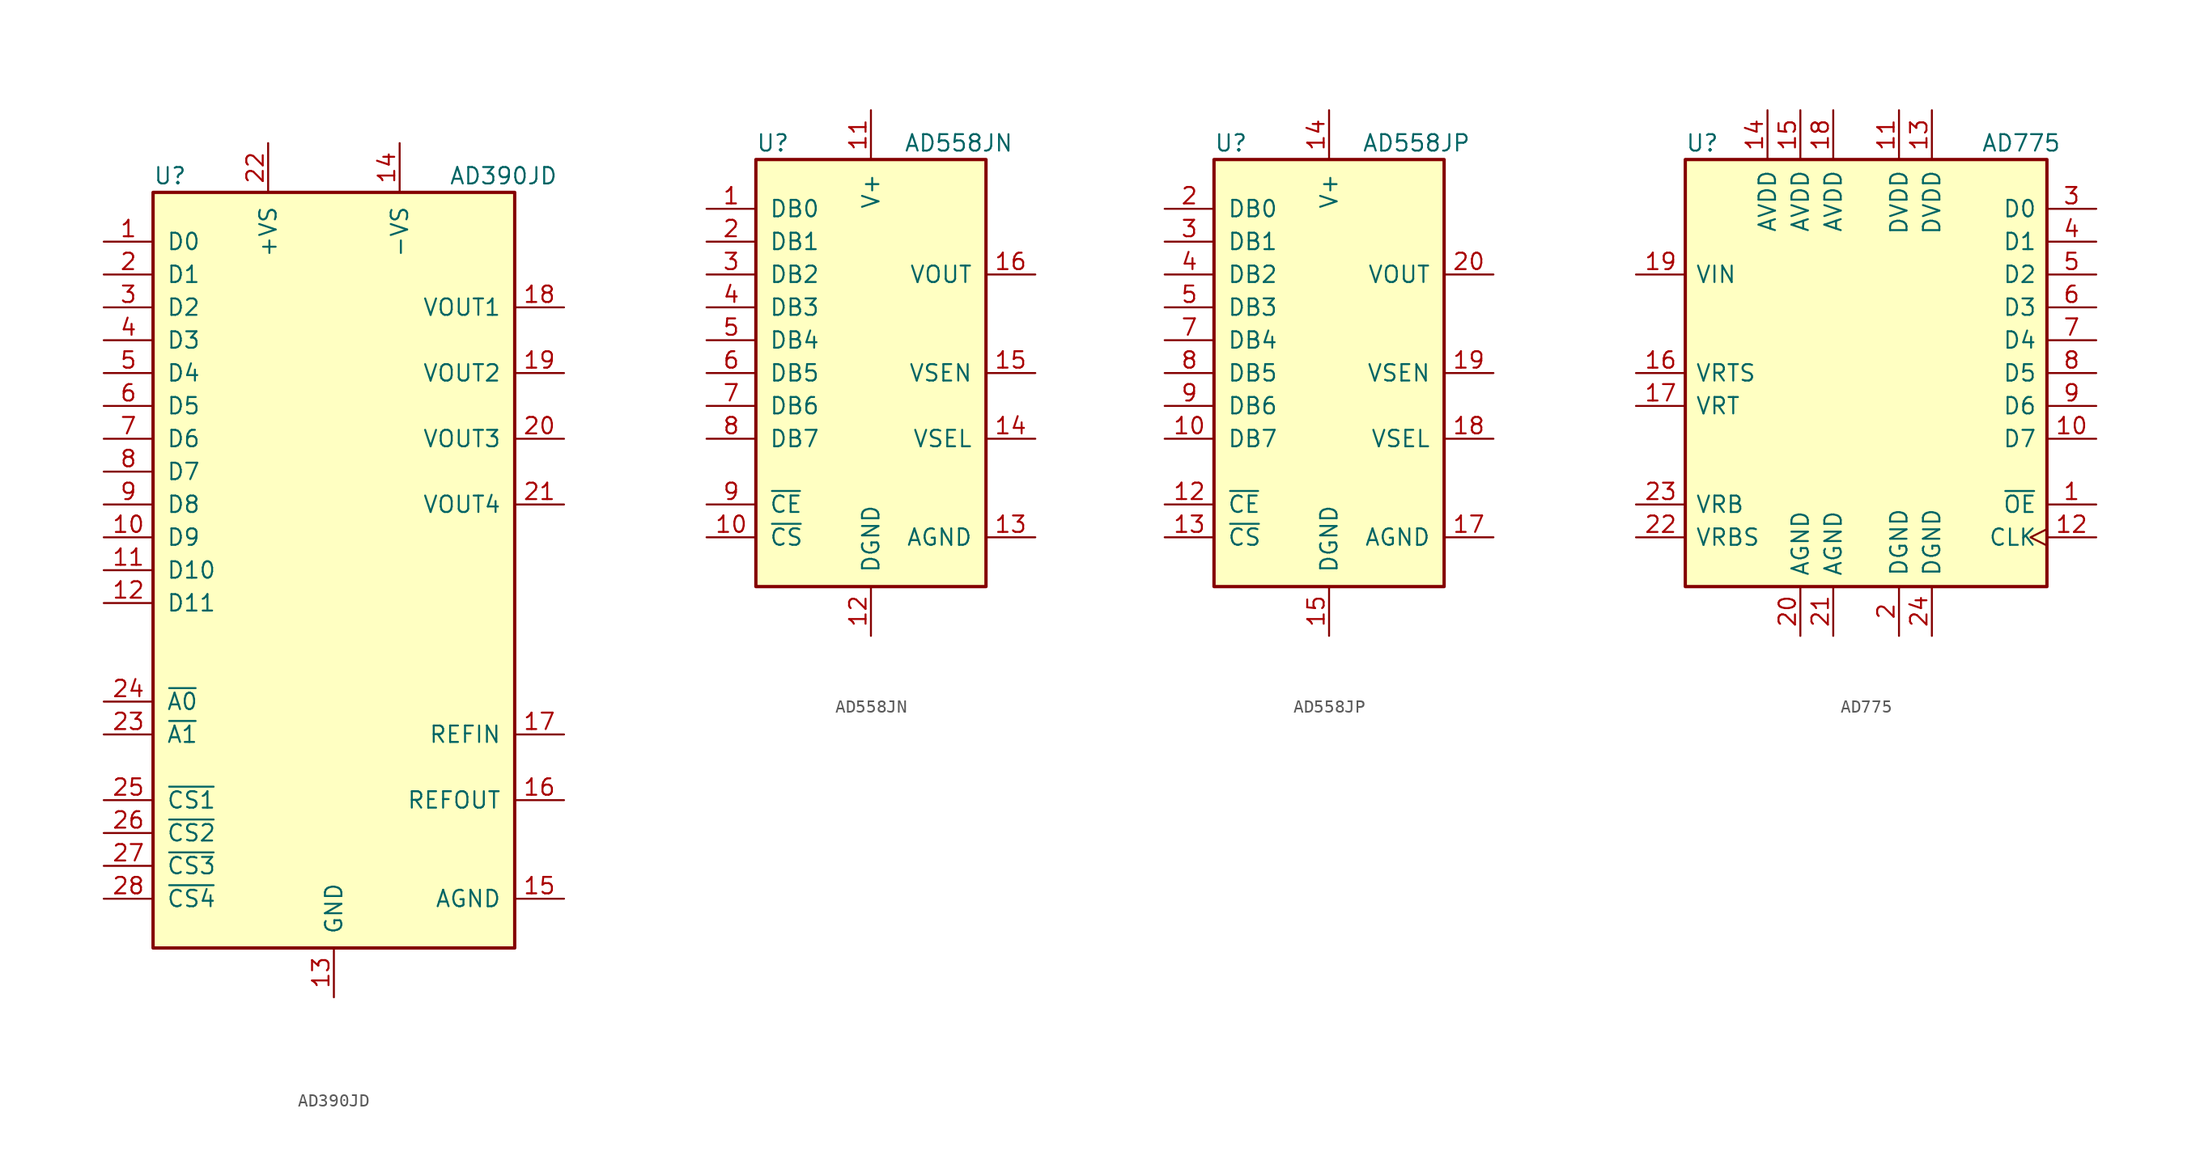
<source format=kicad_sym>
(kicad_symbol_lib
  (version 20201005)
  (generator kicad_symbol_editor)
  (symbol "Analog_DAC:AD390JD"
    (pin_names
      (offset 1.016))
    (property "Reference" "U"
      (at -13.97 30.48 0)
      (effects (font (size 1.27 1.27)) (justify left)))
    (property "Value" "AD390JD"
      (at 8.89 30.48 0)
      (effects (font (size 1.27 1.27)) (justify left)))
    (symbol "AD390JD_0_1"
      (rectangle (start -13.97 -29.21) (end 13.97 29.21) (stroke (width 0.254)) (fill (type background))))
    (symbol "AD390JD_1_1"
      (pin input line (at -17.78 25.4 0) (length 3.81) (name "D0" (effects (font (size 1.27 1.27)))) (number "1" (effects (font (size 1.27 1.27)))))
      (pin input line (at -17.78 2.54 0) (length 3.81) (name "D9" (effects (font (size 1.27 1.27)))) (number "10" (effects (font (size 1.27 1.27)))))
      (pin input line (at -17.78 0 0) (length 3.81) (name "D10" (effects (font (size 1.27 1.27)))) (number "11" (effects (font (size 1.27 1.27)))))
      (pin input line (at -17.78 -2.54 0) (length 3.81) (name "D11" (effects (font (size 1.27 1.27)))) (number "12" (effects (font (size 1.27 1.27)))))
      (pin power_in line (at 0 -33.02 90) (length 3.81) (name "GND" (effects (font (size 1.27 1.27)))) (number "13" (effects (font (size 1.27 1.27)))))
      (pin power_in line (at 5.08 33.02 270) (length 3.81) (name "-VS" (effects (font (size 1.27 1.27)))) (number "14" (effects (font (size 1.27 1.27)))))
      (pin passive line (at 17.78 -25.4 180) (length 3.81) (name "AGND" (effects (font (size 1.27 1.27)))) (number "15" (effects (font (size 1.27 1.27)))))
      (pin passive line (at 17.78 -17.78 180) (length 3.81) (name "REFOUT" (effects (font (size 1.27 1.27)))) (number "16" (effects (font (size 1.27 1.27)))))
      (pin passive line (at 17.78 -12.7 180) (length 3.81) (name "REFIN" (effects (font (size 1.27 1.27)))) (number "17" (effects (font (size 1.27 1.27)))))
      (pin passive line (at 17.78 20.32 180) (length 3.81) (name "VOUT1" (effects (font (size 1.27 1.27)))) (number "18" (effects (font (size 1.27 1.27)))))
      (pin passive line (at 17.78 15.24 180) (length 3.81) (name "VOUT2" (effects (font (size 1.27 1.27)))) (number "19" (effects (font (size 1.27 1.27)))))
      (pin input line (at -17.78 22.86 0) (length 3.81) (name "D1" (effects (font (size 1.27 1.27)))) (number "2" (effects (font (size 1.27 1.27)))))
      (pin passive line (at 17.78 10.16 180) (length 3.81) (name "VOUT3" (effects (font (size 1.27 1.27)))) (number "20" (effects (font (size 1.27 1.27)))))
      (pin passive line (at 17.78 5.08 180) (length 3.81) (name "VOUT4" (effects (font (size 1.27 1.27)))) (number "21" (effects (font (size 1.27 1.27)))))
      (pin power_in line (at -5.08 33.02 270) (length 3.81) (name "+VS" (effects (font (size 1.27 1.27)))) (number "22" (effects (font (size 1.27 1.27)))))
      (pin input line (at -17.78 -12.7 0) (length 3.81) (name "~A1" (effects (font (size 1.27 1.27)))) (number "23" (effects (font (size 1.27 1.27)))))
      (pin input line (at -17.78 -10.16 0) (length 3.81) (name "~A0" (effects (font (size 1.27 1.27)))) (number "24" (effects (font (size 1.27 1.27)))))
      (pin input line (at -17.78 -17.78 0) (length 3.81) (name "~CS1" (effects (font (size 1.27 1.27)))) (number "25" (effects (font (size 1.27 1.27)))))
      (pin input line (at -17.78 -20.32 0) (length 3.81) (name "~CS2" (effects (font (size 1.27 1.27)))) (number "26" (effects (font (size 1.27 1.27)))))
      (pin input line (at -17.78 -22.86 0) (length 3.81) (name "~CS3" (effects (font (size 1.27 1.27)))) (number "27" (effects (font (size 1.27 1.27)))))
      (pin input line (at -17.78 -25.4 0) (length 3.81) (name "~CS4" (effects (font (size 1.27 1.27)))) (number "28" (effects (font (size 1.27 1.27)))))
      (pin input line (at -17.78 20.32 0) (length 3.81) (name "D2" (effects (font (size 1.27 1.27)))) (number "3" (effects (font (size 1.27 1.27)))))
      (pin input line (at -17.78 17.78 0) (length 3.81) (name "D3" (effects (font (size 1.27 1.27)))) (number "4" (effects (font (size 1.27 1.27)))))
      (pin input line (at -17.78 15.24 0) (length 3.81) (name "D4" (effects (font (size 1.27 1.27)))) (number "5" (effects (font (size 1.27 1.27)))))
      (pin input line (at -17.78 12.7 0) (length 3.81) (name "D5" (effects (font (size 1.27 1.27)))) (number "6" (effects (font (size 1.27 1.27)))))
      (pin input line (at -17.78 10.16 0) (length 3.81) (name "D6" (effects (font (size 1.27 1.27)))) (number "7" (effects (font (size 1.27 1.27)))))
      (pin input line (at -17.78 7.62 0) (length 3.81) (name "D7" (effects (font (size 1.27 1.27)))) (number "8" (effects (font (size 1.27 1.27)))))
      (pin input line (at -17.78 5.08 0) (length 3.81) (name "D8" (effects (font (size 1.27 1.27)))) (number "9" (effects (font (size 1.27 1.27)))))))
  (symbol "Analog_DAC:AD558JN"
    (pin_names
      (offset 1.016))
    (property "Reference" "U"
      (at -8.89 17.78 0)
      (effects (font (size 1.27 1.27)) (justify left)))
    (property "Value" "AD558JN"
      (at 2.54 17.78 0)
      (effects (font (size 1.27 1.27)) (justify left)))
    (symbol "AD558JN_0_1"
      (rectangle (start -8.89 -16.51) (end 8.89 16.51) (stroke (width 0.254)) (fill (type background))))
    (symbol "AD558JN_1_1"
      (pin input line (at -12.7 12.7 0) (length 3.81) (name "DB0" (effects (font (size 1.27 1.27)))) (number "1" (effects (font (size 1.27 1.27)))))
      (pin input line (at -12.7 -12.7 0) (length 3.81) (name "~CS" (effects (font (size 1.27 1.27)))) (number "10" (effects (font (size 1.27 1.27)))))
      (pin power_in line (at 0 20.32 270) (length 3.81) (name "V+" (effects (font (size 1.27 1.27)))) (number "11" (effects (font (size 1.27 1.27)))))
      (pin power_in line (at 0 -20.32 90) (length 3.81) (name "DGND" (effects (font (size 1.27 1.27)))) (number "12" (effects (font (size 1.27 1.27)))))
      (pin power_in line (at 12.7 -12.7 180) (length 3.81) (name "AGND" (effects (font (size 1.27 1.27)))) (number "13" (effects (font (size 1.27 1.27)))))
      (pin input line (at 12.7 -5.08 180) (length 3.81) (name "VSEL" (effects (font (size 1.27 1.27)))) (number "14" (effects (font (size 1.27 1.27)))))
      (pin input line (at 12.7 0 180) (length 3.81) (name "VSEN" (effects (font (size 1.27 1.27)))) (number "15" (effects (font (size 1.27 1.27)))))
      (pin output line (at 12.7 7.62 180) (length 3.81) (name "VOUT" (effects (font (size 1.27 1.27)))) (number "16" (effects (font (size 1.27 1.27)))))
      (pin input line (at -12.7 10.16 0) (length 3.81) (name "DB1" (effects (font (size 1.27 1.27)))) (number "2" (effects (font (size 1.27 1.27)))))
      (pin input line (at -12.7 7.62 0) (length 3.81) (name "DB2" (effects (font (size 1.27 1.27)))) (number "3" (effects (font (size 1.27 1.27)))))
      (pin input line (at -12.7 5.08 0) (length 3.81) (name "DB3" (effects (font (size 1.27 1.27)))) (number "4" (effects (font (size 1.27 1.27)))))
      (pin input line (at -12.7 2.54 0) (length 3.81) (name "DB4" (effects (font (size 1.27 1.27)))) (number "5" (effects (font (size 1.27 1.27)))))
      (pin input line (at -12.7 0 0) (length 3.81) (name "DB5" (effects (font (size 1.27 1.27)))) (number "6" (effects (font (size 1.27 1.27)))))
      (pin input line (at -12.7 -2.54 0) (length 3.81) (name "DB6" (effects (font (size 1.27 1.27)))) (number "7" (effects (font (size 1.27 1.27)))))
      (pin input line (at -12.7 -5.08 0) (length 3.81) (name "DB7" (effects (font (size 1.27 1.27)))) (number "8" (effects (font (size 1.27 1.27)))))
      (pin input line (at -12.7 -10.16 0) (length 3.81) (name "~CE" (effects (font (size 1.27 1.27)))) (number "9" (effects (font (size 1.27 1.27)))))))
  (symbol "Analog_DAC:AD558JP"
    (pin_names
      (offset 1.016))
    (property "Reference" "U"
      (at -8.89 17.78 0)
      (effects (font (size 1.27 1.27)) (justify left)))
    (property "Value" "AD558JP"
      (at 2.54 17.78 0)
      (effects (font (size 1.27 1.27)) (justify left)))
    (symbol "AD558JP_0_1"
      (rectangle (start -8.89 -16.51) (end 8.89 16.51) (stroke (width 0.254)) (fill (type background))))
    (symbol "AD558JP_1_1"
      (pin input line (at -12.7 -5.08 0) (length 3.81) (name "DB7" (effects (font (size 1.27 1.27)))) (number "10" (effects (font (size 1.27 1.27)))))
      (pin input line (at -12.7 -10.16 0) (length 3.81) (name "~CE" (effects (font (size 1.27 1.27)))) (number "12" (effects (font (size 1.27 1.27)))))
      (pin input line (at -12.7 -12.7 0) (length 3.81) (name "~CS" (effects (font (size 1.27 1.27)))) (number "13" (effects (font (size 1.27 1.27)))))
      (pin power_in line (at 0 20.32 270) (length 3.81) (name "V+" (effects (font (size 1.27 1.27)))) (number "14" (effects (font (size 1.27 1.27)))))
      (pin power_in line (at 0 -20.32 90) (length 3.81) (name "DGND" (effects (font (size 1.27 1.27)))) (number "15" (effects (font (size 1.27 1.27)))))
      (pin power_in line (at 12.7 -12.7 180) (length 3.81) (name "AGND" (effects (font (size 1.27 1.27)))) (number "17" (effects (font (size 1.27 1.27)))))
      (pin input line (at 12.7 -5.08 180) (length 3.81) (name "VSEL" (effects (font (size 1.27 1.27)))) (number "18" (effects (font (size 1.27 1.27)))))
      (pin input line (at 12.7 0 180) (length 3.81) (name "VSEN" (effects (font (size 1.27 1.27)))) (number "19" (effects (font (size 1.27 1.27)))))
      (pin input line (at -12.7 12.7 0) (length 3.81) (name "DB0" (effects (font (size 1.27 1.27)))) (number "2" (effects (font (size 1.27 1.27)))))
      (pin output line (at 12.7 7.62 180) (length 3.81) (name "VOUT" (effects (font (size 1.27 1.27)))) (number "20" (effects (font (size 1.27 1.27)))))
      (pin input line (at -12.7 10.16 0) (length 3.81) (name "DB1" (effects (font (size 1.27 1.27)))) (number "3" (effects (font (size 1.27 1.27)))))
      (pin input line (at -12.7 7.62 0) (length 3.81) (name "DB2" (effects (font (size 1.27 1.27)))) (number "4" (effects (font (size 1.27 1.27)))))
      (pin input line (at -12.7 5.08 0) (length 3.81) (name "DB3" (effects (font (size 1.27 1.27)))) (number "5" (effects (font (size 1.27 1.27)))))
      (pin input line (at -12.7 2.54 0) (length 3.81) (name "DB4" (effects (font (size 1.27 1.27)))) (number "7" (effects (font (size 1.27 1.27)))))
      (pin input line (at -12.7 0 0) (length 3.81) (name "DB5" (effects (font (size 1.27 1.27)))) (number "8" (effects (font (size 1.27 1.27)))))
      (pin input line (at -12.7 -2.54 0) (length 3.81) (name "DB6" (effects (font (size 1.27 1.27)))) (number "9" (effects (font (size 1.27 1.27)))))))
  (symbol "Analog_DAC:AD775"
    (pin_names
      (offset 0.762))
    (property "Reference" "U"
      (at -13.97 17.78 0)
      (effects (font (size 1.27 1.27)) (justify left)))
    (property "Value" "AD775"
      (at 8.89 17.78 0)
      (effects (font (size 1.27 1.27)) (justify left)))
    (symbol "AD775_0_1"
      (rectangle (start -13.97 -16.51) (end 13.97 16.51) (stroke (width 0.254)) (fill (type background))))
    (symbol "AD775_1_1"
      (pin input line (at 17.78 -10.16 180) (length 3.81) (name "~OE" (effects (font (size 1.27 1.27)))) (number "1" (effects (font (size 1.27 1.27)))))
      (pin tri_state line (at 17.78 -5.08 180) (length 3.81) (name "D7" (effects (font (size 1.27 1.27)))) (number "10" (effects (font (size 1.27 1.27)))))
      (pin power_in line (at 2.54 20.32 270) (length 3.81) (name "DVDD" (effects (font (size 1.27 1.27)))) (number "11" (effects (font (size 1.27 1.27)))))
      (pin input clock (at 17.78 -12.7 180) (length 3.81) (name "CLK" (effects (font (size 1.27 1.27)))) (number "12" (effects (font (size 1.27 1.27)))))
      (pin power_in line (at 5.08 20.32 270) (length 3.81) (name "DVDD" (effects (font (size 1.27 1.27)))) (number "13" (effects (font (size 1.27 1.27)))))
      (pin power_in line (at -7.62 20.32 270) (length 3.81) (name "AVDD" (effects (font (size 1.27 1.27)))) (number "14" (effects (font (size 1.27 1.27)))))
      (pin power_in line (at -5.08 20.32 270) (length 3.81) (name "AVDD" (effects (font (size 1.27 1.27)))) (number "15" (effects (font (size 1.27 1.27)))))
      (pin input line (at -17.78 0 0) (length 3.81) (name "VRTS" (effects (font (size 1.27 1.27)))) (number "16" (effects (font (size 1.27 1.27)))))
      (pin input line (at -17.78 -2.54 0) (length 3.81) (name "VRT" (effects (font (size 1.27 1.27)))) (number "17" (effects (font (size 1.27 1.27)))))
      (pin power_in line (at -2.54 20.32 270) (length 3.81) (name "AVDD" (effects (font (size 1.27 1.27)))) (number "18" (effects (font (size 1.27 1.27)))))
      (pin input line (at -17.78 7.62 0) (length 3.81) (name "VIN" (effects (font (size 1.27 1.27)))) (number "19" (effects (font (size 1.27 1.27)))))
      (pin power_in line (at 2.54 -20.32 90) (length 3.81) (name "DGND" (effects (font (size 1.27 1.27)))) (number "2" (effects (font (size 1.27 1.27)))))
      (pin power_in line (at -5.08 -20.32 90) (length 3.81) (name "AGND" (effects (font (size 1.27 1.27)))) (number "20" (effects (font (size 1.27 1.27)))))
      (pin power_in line (at -2.54 -20.32 90) (length 3.81) (name "AGND" (effects (font (size 1.27 1.27)))) (number "21" (effects (font (size 1.27 1.27)))))
      (pin input line (at -17.78 -12.7 0) (length 3.81) (name "VRBS" (effects (font (size 1.27 1.27)))) (number "22" (effects (font (size 1.27 1.27)))))
      (pin input line (at -17.78 -10.16 0) (length 3.81) (name "VRB" (effects (font (size 1.27 1.27)))) (number "23" (effects (font (size 1.27 1.27)))))
      (pin power_in line (at 5.08 -20.32 90) (length 3.81) (name "DGND" (effects (font (size 1.27 1.27)))) (number "24" (effects (font (size 1.27 1.27)))))
      (pin tri_state line (at 17.78 12.7 180) (length 3.81) (name "D0" (effects (font (size 1.27 1.27)))) (number "3" (effects (font (size 1.27 1.27)))))
      (pin tri_state line (at 17.78 10.16 180) (length 3.81) (name "D1" (effects (font (size 1.27 1.27)))) (number "4" (effects (font (size 1.27 1.27)))))
      (pin tri_state line (at 17.78 7.62 180) (length 3.81) (name "D2" (effects (font (size 1.27 1.27)))) (number "5" (effects (font (size 1.27 1.27)))))
      (pin tri_state line (at 17.78 5.08 180) (length 3.81) (name "D3" (effects (font (size 1.27 1.27)))) (number "6" (effects (font (size 1.27 1.27)))))
      (pin tri_state line (at 17.78 2.54 180) (length 3.81) (name "D4" (effects (font (size 1.27 1.27)))) (number "7" (effects (font (size 1.27 1.27)))))
      (pin tri_state line (at 17.78 0 180) (length 3.81) (name "D5" (effects (font (size 1.27 1.27)))) (number "8" (effects (font (size 1.27 1.27)))))
      (pin tri_state line (at 17.78 -2.54 180) (length 3.81) (name "D6" (effects (font (size 1.27 1.27)))) (number "9" (effects (font (size 1.27 1.27))))))))
</source>
